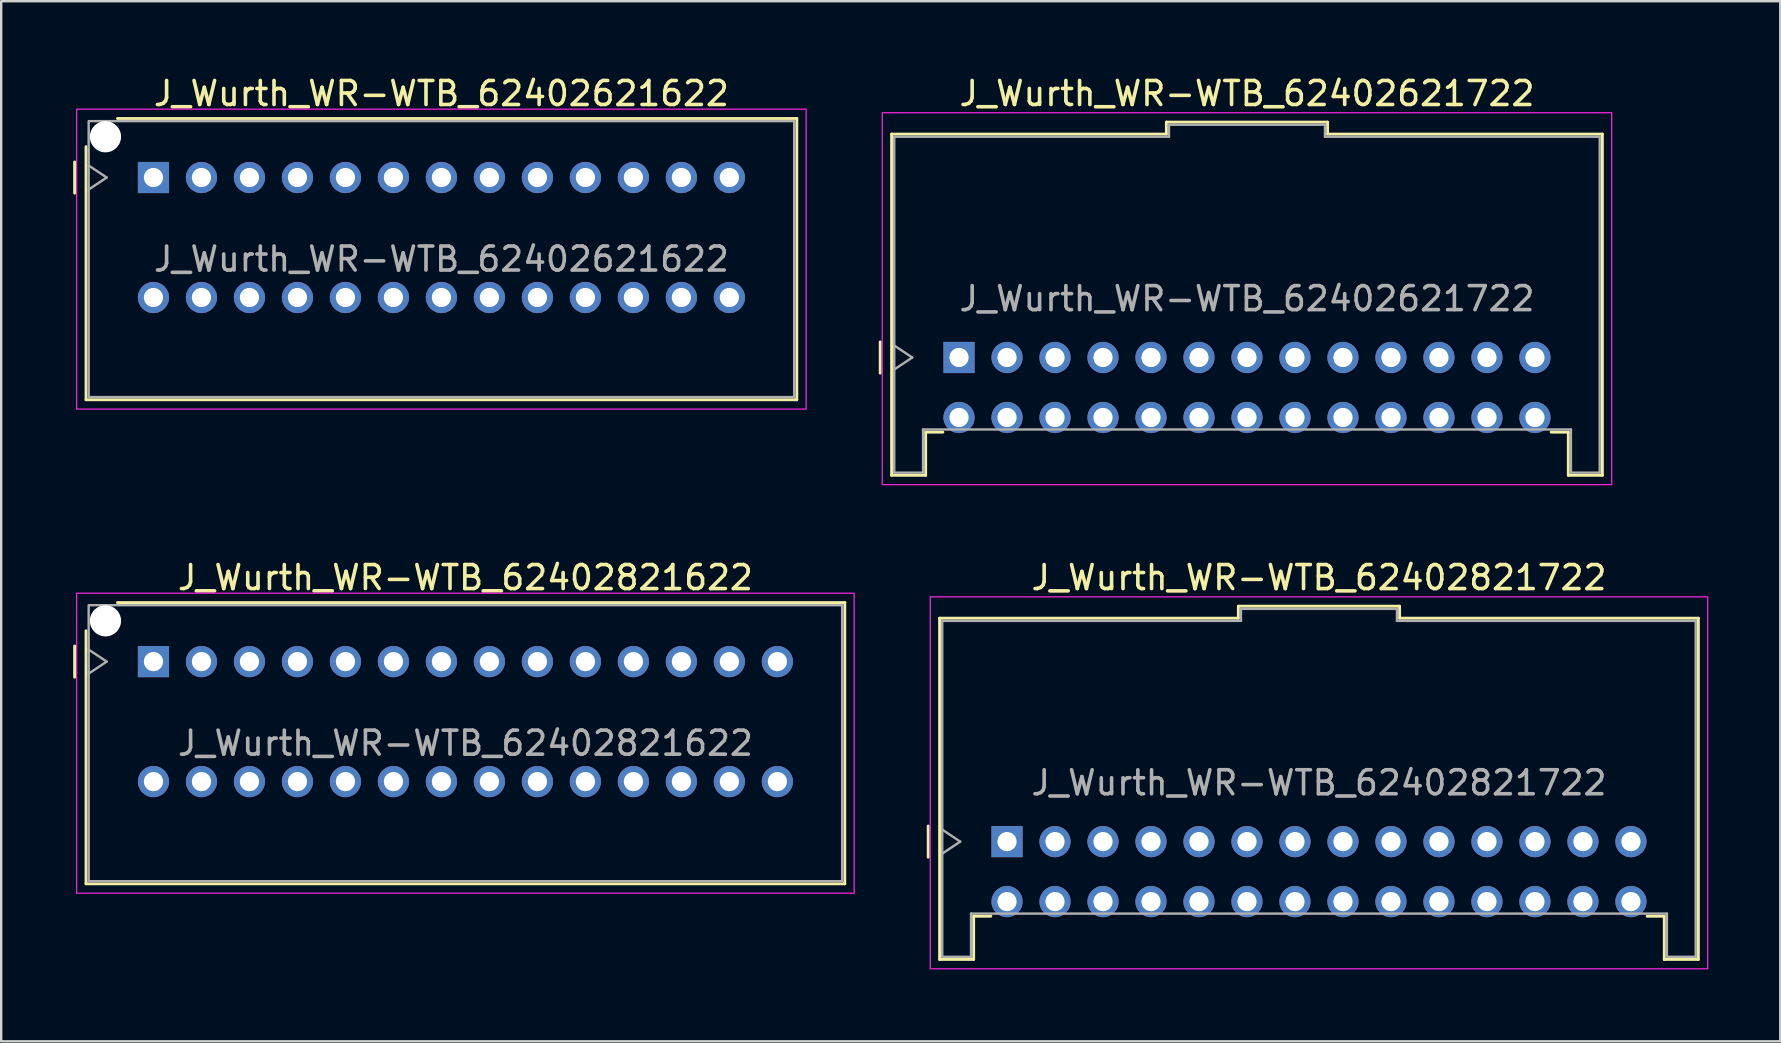
<source format=kicad_pcb>
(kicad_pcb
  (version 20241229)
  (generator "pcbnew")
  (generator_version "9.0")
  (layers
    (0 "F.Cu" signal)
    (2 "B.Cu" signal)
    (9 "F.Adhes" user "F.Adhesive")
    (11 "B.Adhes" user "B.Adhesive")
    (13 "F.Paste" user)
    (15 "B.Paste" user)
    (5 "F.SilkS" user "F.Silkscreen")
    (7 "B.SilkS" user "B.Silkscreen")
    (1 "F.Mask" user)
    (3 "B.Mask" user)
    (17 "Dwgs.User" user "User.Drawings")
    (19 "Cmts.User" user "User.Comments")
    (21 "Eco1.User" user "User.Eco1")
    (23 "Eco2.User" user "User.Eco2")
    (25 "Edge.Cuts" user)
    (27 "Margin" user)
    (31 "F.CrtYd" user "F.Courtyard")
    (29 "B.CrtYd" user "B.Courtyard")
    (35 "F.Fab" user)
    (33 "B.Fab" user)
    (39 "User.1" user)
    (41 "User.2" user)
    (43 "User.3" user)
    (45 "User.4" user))
  (footprint "J_Wurth_WR-WTB_62402821722"
    (layer "F.Cu")
    (at 38.915 32.022)
    (property "Reference" "J_Wurth_WR-WTB_62402821722" (at 13 -11 0) (unlocked yes) (layer "F.SilkS") (effects (font (size 1 1) (thickness 0.15))))
    (attr through_hole)
    (fp_line (start -3.285 -0.65) (end -3.285 0.65) (stroke (width 0.12) (type solid)) (layer "F.SilkS"))
    (fp_line (start -2.81 -9.31) (end 9.64 -9.31) (stroke (width 0.12) (type solid)) (layer "F.SilkS"))
    (fp_line (start -2.81 4.91) (end -2.81 -9.31) (stroke (width 0.12) (type default)) (layer "F.SilkS"))
    (fp_line (start -2.81 4.91) (end -1.39 4.91) (stroke (width 0.12) (type solid)) (layer "F.SilkS"))
    (fp_line (start -1.39 4.91) (end -1.39 3.11) (stroke (width 0.12) (type solid)) (layer "F.SilkS"))
    (fp_line (start -0.675 3.11) (end -1.39 3.11) (stroke (width 0.12) (type default)) (layer "F.SilkS"))
    (fp_line (start 9.64 -9.31) (end 9.64 -9.81) (stroke (width 0.12) (type solid)) (layer "F.SilkS"))
    (fp_line (start 16.36 -9.81) (end 9.64 -9.81) (stroke (width 0.12) (type default)) (layer "F.SilkS"))
    (fp_line (start 16.36 -9.31) (end 16.36 -9.81) (stroke (width 0.12) (type solid)) (layer "F.SilkS"))
    (fp_line (start 27.39 3.11) (end 26.675 3.11) (stroke (width 0.12) (type default)) (layer "F.SilkS"))
    (fp_line (start 27.39 4.91) (end 27.39 3.11) (stroke (width 0.12) (type solid)) (layer "F.SilkS"))
    (fp_line (start 28.81 -9.31) (end 16.36 -9.31) (stroke (width 0.12) (type solid)) (layer "F.SilkS"))
    (fp_line (start 28.81 -9.31) (end 28.81 4.91) (stroke (width 0.12) (type default)) (layer "F.SilkS"))
    (fp_line (start 28.81 4.91) (end 27.39 4.91) (stroke (width 0.12) (type solid)) (layer "F.SilkS"))
    (fp_rect (start -3.2 -10.2) (end 29.2 5.3) (stroke (width 0.05) (type solid)) (fill no) (layer "F.CrtYd"))
    (fp_line (start -2.7 -9.2) (end 9.75 -9.2) (stroke (width 0.1) (type solid)) (layer "F.Fab"))
    (fp_line (start -2.7 4.8) (end -2.7 -9.2) (stroke (width 0.1) (type default)) (layer "F.Fab"))
    (fp_line (start -2.7 4.8) (end -1.5 4.8) (stroke (width 0.1) (type solid)) (layer "F.Fab"))
    (fp_line (start -1.95 0) (end -2.7 -0.5) (stroke (width 0.1) (type solid)) (layer "F.Fab"))
    (fp_line (start -1.95 0) (end -2.7 0.5) (stroke (width 0.1) (type solid)) (layer "F.Fab"))
    (fp_line (start -1.5 4.8) (end -1.5 3) (stroke (width 0.1) (type solid)) (layer "F.Fab"))
    (fp_line (start 9.75 -9.2) (end 9.75 -9.7) (stroke (width 0.1) (type solid)) (layer "F.Fab"))
    (fp_line (start 16.25 -9.7) (end 9.75 -9.7) (stroke (width 0.1) (type default)) (layer "F.Fab"))
    (fp_line (start 16.25 -9.2) (end 16.25 -9.7) (stroke (width 0.1) (type solid)) (layer "F.Fab"))
    (fp_line (start 27.5 3) (end -1.5 3) (stroke (width 0.1) (type default)) (layer "F.Fab"))
    (fp_line (start 27.5 4.8) (end 27.5 3) (stroke (width 0.1) (type solid)) (layer "F.Fab"))
    (fp_line (start 28.7 -9.2) (end 16.25 -9.2) (stroke (width 0.1) (type solid)) (layer "F.Fab"))
    (fp_line (start 28.7 -9.2) (end 28.7 4.8) (stroke (width 0.1) (type default)) (layer "F.Fab"))
    (fp_line (start 28.7 4.8) (end 27.5 4.8) (stroke (width 0.1) (type solid)) (layer "F.Fab"))
    (fp_text user "${REFERENCE}" (at 13 -2.45 0) (unlocked yes) (layer "F.Fab") (effects (font (size 1 1) (thickness 0.15))))
    (pad "1" thru_hole rect (at 0 0 180) (size 1.3 1.3) (drill 0.8) (layers "*.Cu" "*.Mask"))
    (pad "2" thru_hole circle (at 0 2.5 180) (size 1.3 1.3) (drill 0.8) (layers "*.Cu" "*.Mask"))
    (pad "3" thru_hole circle (at 2 0 180) (size 1.3 1.3) (drill 0.8) (layers "*.Cu" "*.Mask"))
    (pad "4" thru_hole circle (at 2 2.5 180) (size 1.3 1.3) (drill 0.8) (layers "*.Cu" "*.Mask"))
    (pad "5" thru_hole circle (at 4 0 180) (size 1.3 1.3) (drill 0.8) (layers "*.Cu" "*.Mask"))
    (pad "6" thru_hole circle (at 4 2.5 180) (size 1.3 1.3) (drill 0.8) (layers "*.Cu" "*.Mask"))
    (pad "7" thru_hole circle (at 6 2.5 180) (size 1.3 1.3) (drill 0.8) (layers "*.Cu" "*.Mask"))
    (pad "8" thru_hole circle (at 6 0 180) (size 1.3 1.3) (drill 0.8) (layers "*.Cu" "*.Mask"))
    (pad "9" thru_hole circle (at 8 2.5 180) (size 1.3 1.3) (drill 0.8) (layers "*.Cu" "*.Mask"))
    (pad "10" thru_hole circle (at 8 0 180) (size 1.3 1.3) (drill 0.8) (layers "*.Cu" "*.Mask"))
    (pad "11" thru_hole circle (at 10 2.5 180) (size 1.3 1.3) (drill 0.8) (layers "*.Cu" "*.Mask"))
    (pad "12" thru_hole circle (at 10 0 180) (size 1.3 1.3) (drill 0.8) (layers "*.Cu" "*.Mask"))
    (pad "13" thru_hole circle (at 12 2.5 180) (size 1.3 1.3) (drill 0.8) (layers "*.Cu" "*.Mask"))
    (pad "14" thru_hole circle (at 12 0 180) (size 1.3 1.3) (drill 0.8) (layers "*.Cu" "*.Mask"))
    (pad "15" thru_hole circle (at 14 2.5 180) (size 1.3 1.3) (drill 0.8) (layers "*.Cu" "*.Mask"))
    (pad "16" thru_hole circle (at 14 0 180) (size 1.3 1.3) (drill 0.8) (layers "*.Cu" "*.Mask"))
    (pad "17" thru_hole circle (at 16 2.5 180) (size 1.3 1.3) (drill 0.8) (layers "*.Cu" "*.Mask"))
    (pad "18" thru_hole circle (at 16 0 180) (size 1.3 1.3) (drill 0.8) (layers "*.Cu" "*.Mask"))
    (pad "19" thru_hole circle (at 18 2.5 180) (size 1.3 1.3) (drill 0.8) (layers "*.Cu" "*.Mask"))
    (pad "20" thru_hole circle (at 18 0 180) (size 1.3 1.3) (drill 0.8) (layers "*.Cu" "*.Mask"))
    (pad "21" thru_hole circle (at 20 2.5 180) (size 1.3 1.3) (drill 0.8) (layers "*.Cu" "*.Mask"))
    (pad "22" thru_hole circle (at 20 0 180) (size 1.3 1.3) (drill 0.8) (layers "*.Cu" "*.Mask"))
    (pad "23" thru_hole circle (at 22 2.5 180) (size 1.3 1.3) (drill 0.8) (layers "*.Cu" "*.Mask"))
    (pad "24" thru_hole circle (at 22 0 180) (size 1.3 1.3) (drill 0.8) (layers "*.Cu" "*.Mask"))
    (pad "25" thru_hole circle (at 24 2.5 180) (size 1.3 1.3) (drill 0.8) (layers "*.Cu" "*.Mask"))
    (pad "26" thru_hole circle (at 24 0 180) (size 1.3 1.3) (drill 0.8) (layers "*.Cu" "*.Mask"))
    (pad "27" thru_hole circle (at 26 2.5 180) (size 1.3 1.3) (drill 0.8) (layers "*.Cu" "*.Mask"))
    (pad "28" thru_hole circle (at 26 0 180) (size 1.3 1.3) (drill 0.8) (layers "*.Cu" "*.Mask")))
  (footprint "J_Wurth_WR-WTB_62402621722"
    (layer "F.Cu")
    (at 36.915 11.848)
    (property "Reference" "J_Wurth_WR-WTB_62402621722" (at 12 -11 0) (unlocked yes) (layer "F.SilkS") (effects (font (size 1 1) (thickness 0.15))))
    (attr through_hole)
    (fp_line (start -3.285 -0.65) (end -3.285 0.65) (stroke (width 0.12) (type solid)) (layer "F.SilkS"))
    (fp_line (start -2.81 -9.31) (end 8.64 -9.31) (stroke (width 0.12) (type solid)) (layer "F.SilkS"))
    (fp_line (start -2.81 4.91) (end -2.81 -9.31) (stroke (width 0.12) (type default)) (layer "F.SilkS"))
    (fp_line (start -2.81 4.91) (end -1.39 4.91) (stroke (width 0.12) (type solid)) (layer "F.SilkS"))
    (fp_line (start -1.39 4.91) (end -1.39 3.11) (stroke (width 0.12) (type solid)) (layer "F.SilkS"))
    (fp_line (start -0.675 3.11) (end -1.39 3.11) (stroke (width 0.12) (type default)) (layer "F.SilkS"))
    (fp_line (start 8.64 -9.31) (end 8.64 -9.81) (stroke (width 0.12) (type solid)) (layer "F.SilkS"))
    (fp_line (start 15.36 -9.81) (end 8.64 -9.81) (stroke (width 0.12) (type default)) (layer "F.SilkS"))
    (fp_line (start 15.36 -9.31) (end 15.36 -9.81) (stroke (width 0.12) (type solid)) (layer "F.SilkS"))
    (fp_line (start 25.39 3.11) (end 24.675 3.11) (stroke (width 0.12) (type default)) (layer "F.SilkS"))
    (fp_line (start 25.39 4.91) (end 25.39 3.11) (stroke (width 0.12) (type solid)) (layer "F.SilkS"))
    (fp_line (start 26.81 -9.31) (end 15.36 -9.31) (stroke (width 0.12) (type solid)) (layer "F.SilkS"))
    (fp_line (start 26.81 -9.31) (end 26.81 4.91) (stroke (width 0.12) (type default)) (layer "F.SilkS"))
    (fp_line (start 26.81 4.91) (end 25.39 4.91) (stroke (width 0.12) (type solid)) (layer "F.SilkS"))
    (fp_rect (start -3.2 -10.2) (end 27.2 5.3) (stroke (width 0.05) (type solid)) (fill no) (layer "F.CrtYd"))
    (fp_line (start -2.7 -9.2) (end 8.75 -9.2) (stroke (width 0.1) (type solid)) (layer "F.Fab"))
    (fp_line (start -2.7 4.8) (end -2.7 -9.2) (stroke (width 0.1) (type default)) (layer "F.Fab"))
    (fp_line (start -2.7 4.8) (end -1.5 4.8) (stroke (width 0.1) (type solid)) (layer "F.Fab"))
    (fp_line (start -1.95 0) (end -2.7 -0.5) (stroke (width 0.1) (type solid)) (layer "F.Fab"))
    (fp_line (start -1.95 0) (end -2.7 0.5) (stroke (width 0.1) (type solid)) (layer "F.Fab"))
    (fp_line (start -1.5 4.8) (end -1.5 3) (stroke (width 0.1) (type solid)) (layer "F.Fab"))
    (fp_line (start 8.75 -9.2) (end 8.75 -9.7) (stroke (width 0.1) (type solid)) (layer "F.Fab"))
    (fp_line (start 15.25 -9.7) (end 8.75 -9.7) (stroke (width 0.1) (type default)) (layer "F.Fab"))
    (fp_line (start 15.25 -9.2) (end 15.25 -9.7) (stroke (width 0.1) (type solid)) (layer "F.Fab"))
    (fp_line (start 25.5 3) (end -1.5 3) (stroke (width 0.1) (type default)) (layer "F.Fab"))
    (fp_line (start 25.5 4.8) (end 25.5 3) (stroke (width 0.1) (type solid)) (layer "F.Fab"))
    (fp_line (start 26.7 -9.2) (end 15.25 -9.2) (stroke (width 0.1) (type solid)) (layer "F.Fab"))
    (fp_line (start 26.7 -9.2) (end 26.7 4.8) (stroke (width 0.1) (type default)) (layer "F.Fab"))
    (fp_line (start 26.7 4.8) (end 25.5 4.8) (stroke (width 0.1) (type solid)) (layer "F.Fab"))
    (fp_text user "${REFERENCE}" (at 12 -2.45 0) (unlocked yes) (layer "F.Fab") (effects (font (size 1 1) (thickness 0.15))))
    (pad "1" thru_hole rect (at 0 0 180) (size 1.3 1.3) (drill 0.8) (layers "*.Cu" "*.Mask"))
    (pad "2" thru_hole circle (at 0 2.5 180) (size 1.3 1.3) (drill 0.8) (layers "*.Cu" "*.Mask"))
    (pad "3" thru_hole circle (at 2 0 180) (size 1.3 1.3) (drill 0.8) (layers "*.Cu" "*.Mask"))
    (pad "4" thru_hole circle (at 2 2.5 180) (size 1.3 1.3) (drill 0.8) (layers "*.Cu" "*.Mask"))
    (pad "5" thru_hole circle (at 4 0 180) (size 1.3 1.3) (drill 0.8) (layers "*.Cu" "*.Mask"))
    (pad "6" thru_hole circle (at 4 2.5 180) (size 1.3 1.3) (drill 0.8) (layers "*.Cu" "*.Mask"))
    (pad "7" thru_hole circle (at 6 2.5 180) (size 1.3 1.3) (drill 0.8) (layers "*.Cu" "*.Mask"))
    (pad "8" thru_hole circle (at 6 0 180) (size 1.3 1.3) (drill 0.8) (layers "*.Cu" "*.Mask"))
    (pad "9" thru_hole circle (at 8 2.5 180) (size 1.3 1.3) (drill 0.8) (layers "*.Cu" "*.Mask"))
    (pad "10" thru_hole circle (at 8 0 180) (size 1.3 1.3) (drill 0.8) (layers "*.Cu" "*.Mask"))
    (pad "11" thru_hole circle (at 10 2.5 180) (size 1.3 1.3) (drill 0.8) (layers "*.Cu" "*.Mask"))
    (pad "12" thru_hole circle (at 10 0 180) (size 1.3 1.3) (drill 0.8) (layers "*.Cu" "*.Mask"))
    (pad "13" thru_hole circle (at 12 2.5 180) (size 1.3 1.3) (drill 0.8) (layers "*.Cu" "*.Mask"))
    (pad "14" thru_hole circle (at 12 0 180) (size 1.3 1.3) (drill 0.8) (layers "*.Cu" "*.Mask"))
    (pad "15" thru_hole circle (at 14 2.5 180) (size 1.3 1.3) (drill 0.8) (layers "*.Cu" "*.Mask"))
    (pad "16" thru_hole circle (at 14 0 180) (size 1.3 1.3) (drill 0.8) (layers "*.Cu" "*.Mask"))
    (pad "17" thru_hole circle (at 16 2.5 180) (size 1.3 1.3) (drill 0.8) (layers "*.Cu" "*.Mask"))
    (pad "18" thru_hole circle (at 16 0 180) (size 1.3 1.3) (drill 0.8) (layers "*.Cu" "*.Mask"))
    (pad "19" thru_hole circle (at 18 2.5 180) (size 1.3 1.3) (drill 0.8) (layers "*.Cu" "*.Mask"))
    (pad "20" thru_hole circle (at 18 0 180) (size 1.3 1.3) (drill 0.8) (layers "*.Cu" "*.Mask"))
    (pad "21" thru_hole circle (at 20 2.5 180) (size 1.3 1.3) (drill 0.8) (layers "*.Cu" "*.Mask"))
    (pad "22" thru_hole circle (at 20 0 180) (size 1.3 1.3) (drill 0.8) (layers "*.Cu" "*.Mask"))
    (pad "23" thru_hole circle (at 22 2.5 180) (size 1.3 1.3) (drill 0.8) (layers "*.Cu" "*.Mask"))
    (pad "24" thru_hole circle (at 22 0 180) (size 1.3 1.3) (drill 0.8) (layers "*.Cu" "*.Mask"))
    (pad "25" thru_hole circle (at 24 2.5 180) (size 1.3 1.3) (drill 0.8) (layers "*.Cu" "*.Mask"))
    (pad "26" thru_hole circle (at 24 0 180) (size 1.3 1.3) (drill 0.8) (layers "*.Cu" "*.Mask")))
  (footprint "J_Wurth_WR-WTB_62402821622"
    (layer "F.Cu")
    (at 3.345 24.521)
    (property "Reference" "J_Wurth_WR-WTB_62402821622" (at 13 -3.5 0) (unlocked yes) (layer "F.SilkS") (effects (font (size 1 1) (thickness 0.15))))
    (attr through_hole)
    (fp_line (start -3.285 -0.65) (end -3.285 0.65) (stroke (width 0.12) (type solid)) (layer "F.SilkS"))
    (fp_line (start -2.81 9.26) (end -2.81 -1.285) (stroke (width 0.12) (type default)) (layer "F.SilkS"))
    (fp_line (start -1.5 -2.46) (end 28.81 -2.46) (stroke (width 0.12) (type default)) (layer "F.SilkS"))
    (fp_line (start 28.81 -2.46) (end 28.81 9.26) (stroke (width 0.12) (type solid)) (layer "F.SilkS"))
    (fp_line (start 28.81 9.26) (end -2.81 9.26) (stroke (width 0.12) (type default)) (layer "F.SilkS"))
    (fp_rect (start -3.2 -2.85) (end 29.2 9.65) (stroke (width 0.05) (type solid)) (fill no) (layer "F.CrtYd"))
    (fp_line (start -1.95 0) (end -2.7 -0.5) (stroke (width 0.1) (type solid)) (layer "F.Fab"))
    (fp_line (start -1.95 0) (end -2.7 0.5) (stroke (width 0.1) (type solid)) (layer "F.Fab"))
    (fp_rect (start -2.7 -2.35) (end 28.7 9.15) (stroke (width 0.1) (type solid)) (fill no) (layer "F.Fab"))
    (fp_text user "${REFERENCE}" (at 13 3.4 0) (unlocked yes) (layer "F.Fab") (effects (font (size 1 1) (thickness 0.15))))
    (pad "" np_thru_hole circle (at -2 -1.7) (size 1.3 1.3) (drill 1.3) (layers "*.Cu" "*.Mask"))
    (pad "1" thru_hole rect (at 0 0) (size 1.3 1.3) (drill 0.8) (layers "*.Cu" "*.Mask"))
    (pad "2" thru_hole circle (at 0 5) (size 1.3 1.3) (drill 0.8) (layers "*.Cu" "*.Mask"))
    (pad "3" thru_hole circle (at 2 0) (size 1.3 1.3) (drill 0.8) (layers "*.Cu" "*.Mask"))
    (pad "4" thru_hole circle (at 2 5) (size 1.3 1.3) (drill 0.8) (layers "*.Cu" "*.Mask"))
    (pad "5" thru_hole circle (at 4 0) (size 1.3 1.3) (drill 0.8) (layers "*.Cu" "*.Mask"))
    (pad "6" thru_hole circle (at 4 5) (size 1.3 1.3) (drill 0.8) (layers "*.Cu" "*.Mask"))
    (pad "7" thru_hole circle (at 6 0) (size 1.3 1.3) (drill 0.8) (layers "*.Cu" "*.Mask"))
    (pad "8" thru_hole circle (at 6 5) (size 1.3 1.3) (drill 0.8) (layers "*.Cu" "*.Mask"))
    (pad "9" thru_hole circle (at 8 0) (size 1.3 1.3) (drill 0.8) (layers "*.Cu" "*.Mask"))
    (pad "10" thru_hole circle (at 8 5) (size 1.3 1.3) (drill 0.8) (layers "*.Cu" "*.Mask"))
    (pad "11" thru_hole circle (at 10 0) (size 1.3 1.3) (drill 0.8) (layers "*.Cu" "*.Mask"))
    (pad "12" thru_hole circle (at 10 5) (size 1.3 1.3) (drill 0.8) (layers "*.Cu" "*.Mask"))
    (pad "13" thru_hole circle (at 12 0) (size 1.3 1.3) (drill 0.8) (layers "*.Cu" "*.Mask"))
    (pad "14" thru_hole circle (at 12 5) (size 1.3 1.3) (drill 0.8) (layers "*.Cu" "*.Mask"))
    (pad "15" thru_hole circle (at 14 0) (size 1.3 1.3) (drill 0.8) (layers "*.Cu" "*.Mask"))
    (pad "16" thru_hole circle (at 14 5) (size 1.3 1.3) (drill 0.8) (layers "*.Cu" "*.Mask"))
    (pad "17" thru_hole circle (at 16 0) (size 1.3 1.3) (drill 0.8) (layers "*.Cu" "*.Mask"))
    (pad "18" thru_hole circle (at 16 5) (size 1.3 1.3) (drill 0.8) (layers "*.Cu" "*.Mask"))
    (pad "19" thru_hole circle (at 18 0) (size 1.3 1.3) (drill 0.8) (layers "*.Cu" "*.Mask"))
    (pad "20" thru_hole circle (at 18 5) (size 1.3 1.3) (drill 0.8) (layers "*.Cu" "*.Mask"))
    (pad "21" thru_hole circle (at 20 0) (size 1.3 1.3) (drill 0.8) (layers "*.Cu" "*.Mask"))
    (pad "22" thru_hole circle (at 20 5) (size 1.3 1.3) (drill 0.8) (layers "*.Cu" "*.Mask"))
    (pad "23" thru_hole circle (at 22 0) (size 1.3 1.3) (drill 0.8) (layers "*.Cu" "*.Mask"))
    (pad "24" thru_hole circle (at 22 5) (size 1.3 1.3) (drill 0.8) (layers "*.Cu" "*.Mask"))
    (pad "25" thru_hole circle (at 24 0) (size 1.3 1.3) (drill 0.8) (layers "*.Cu" "*.Mask"))
    (pad "26" thru_hole circle (at 24 5) (size 1.3 1.3) (drill 0.8) (layers "*.Cu" "*.Mask"))
    (pad "27" thru_hole circle (at 26 0) (size 1.3 1.3) (drill 0.8) (layers "*.Cu" "*.Mask"))
    (pad "28" thru_hole circle (at 26 5) (size 1.3 1.3) (drill 0.8) (layers "*.Cu" "*.Mask")))
  (footprint "J_Wurth_WR-WTB_62402621622"
    (layer "F.Cu")
    (at 3.345 4.348)
    (property "Reference" "J_Wurth_WR-WTB_62402621622" (at 12 -3.5 0) (unlocked yes) (layer "F.SilkS") (effects (font (size 1 1) (thickness 0.15))))
    (attr through_hole)
    (fp_line (start -3.285 -0.65) (end -3.285 0.65) (stroke (width 0.12) (type solid)) (layer "F.SilkS"))
    (fp_line (start -2.81 9.26) (end -2.81 -1.285) (stroke (width 0.12) (type default)) (layer "F.SilkS"))
    (fp_line (start -1.5 -2.46) (end 26.81 -2.46) (stroke (width 0.12) (type default)) (layer "F.SilkS"))
    (fp_line (start 26.81 -2.46) (end 26.81 9.26) (stroke (width 0.12) (type solid)) (layer "F.SilkS"))
    (fp_line (start 26.81 9.26) (end -2.81 9.26) (stroke (width 0.12) (type default)) (layer "F.SilkS"))
    (fp_rect (start -3.2 -2.85) (end 27.2 9.65) (stroke (width 0.05) (type solid)) (fill no) (layer "F.CrtYd"))
    (fp_line (start -1.95 0) (end -2.7 -0.5) (stroke (width 0.1) (type solid)) (layer "F.Fab"))
    (fp_line (start -1.95 0) (end -2.7 0.5) (stroke (width 0.1) (type solid)) (layer "F.Fab"))
    (fp_rect (start -2.7 -2.35) (end 26.7 9.15) (stroke (width 0.1) (type solid)) (fill no) (layer "F.Fab"))
    (fp_text user "${REFERENCE}" (at 12 3.4 0) (unlocked yes) (layer "F.Fab") (effects (font (size 1 1) (thickness 0.15))))
    (pad "" np_thru_hole circle (at -2 -1.7) (size 1.3 1.3) (drill 1.3) (layers "*.Cu" "*.Mask"))
    (pad "1" thru_hole rect (at 0 0) (size 1.3 1.3) (drill 0.8) (layers "*.Cu" "*.Mask"))
    (pad "2" thru_hole circle (at 0 5) (size 1.3 1.3) (drill 0.8) (layers "*.Cu" "*.Mask"))
    (pad "3" thru_hole circle (at 2 0) (size 1.3 1.3) (drill 0.8) (layers "*.Cu" "*.Mask"))
    (pad "4" thru_hole circle (at 2 5) (size 1.3 1.3) (drill 0.8) (layers "*.Cu" "*.Mask"))
    (pad "5" thru_hole circle (at 4 0) (size 1.3 1.3) (drill 0.8) (layers "*.Cu" "*.Mask"))
    (pad "6" thru_hole circle (at 4 5) (size 1.3 1.3) (drill 0.8) (layers "*.Cu" "*.Mask"))
    (pad "7" thru_hole circle (at 6 0) (size 1.3 1.3) (drill 0.8) (layers "*.Cu" "*.Mask"))
    (pad "8" thru_hole circle (at 6 5) (size 1.3 1.3) (drill 0.8) (layers "*.Cu" "*.Mask"))
    (pad "9" thru_hole circle (at 8 0) (size 1.3 1.3) (drill 0.8) (layers "*.Cu" "*.Mask"))
    (pad "10" thru_hole circle (at 8 5) (size 1.3 1.3) (drill 0.8) (layers "*.Cu" "*.Mask"))
    (pad "11" thru_hole circle (at 10 0) (size 1.3 1.3) (drill 0.8) (layers "*.Cu" "*.Mask"))
    (pad "12" thru_hole circle (at 10 5) (size 1.3 1.3) (drill 0.8) (layers "*.Cu" "*.Mask"))
    (pad "13" thru_hole circle (at 12 0) (size 1.3 1.3) (drill 0.8) (layers "*.Cu" "*.Mask"))
    (pad "14" thru_hole circle (at 12 5) (size 1.3 1.3) (drill 0.8) (layers "*.Cu" "*.Mask"))
    (pad "15" thru_hole circle (at 14 0) (size 1.3 1.3) (drill 0.8) (layers "*.Cu" "*.Mask"))
    (pad "16" thru_hole circle (at 14 5) (size 1.3 1.3) (drill 0.8) (layers "*.Cu" "*.Mask"))
    (pad "17" thru_hole circle (at 16 0) (size 1.3 1.3) (drill 0.8) (layers "*.Cu" "*.Mask"))
    (pad "18" thru_hole circle (at 16 5) (size 1.3 1.3) (drill 0.8) (layers "*.Cu" "*.Mask"))
    (pad "19" thru_hole circle (at 18 0) (size 1.3 1.3) (drill 0.8) (layers "*.Cu" "*.Mask"))
    (pad "20" thru_hole circle (at 18 5) (size 1.3 1.3) (drill 0.8) (layers "*.Cu" "*.Mask"))
    (pad "21" thru_hole circle (at 20 0) (size 1.3 1.3) (drill 0.8) (layers "*.Cu" "*.Mask"))
    (pad "22" thru_hole circle (at 20 5) (size 1.3 1.3) (drill 0.8) (layers "*.Cu" "*.Mask"))
    (pad "23" thru_hole circle (at 22 0) (size 1.3 1.3) (drill 0.8) (layers "*.Cu" "*.Mask"))
    (pad "24" thru_hole circle (at 22 5) (size 1.3 1.3) (drill 0.8) (layers "*.Cu" "*.Mask"))
    (pad "25" thru_hole circle (at 24 0) (size 1.3 1.3) (drill 0.8) (layers "*.Cu" "*.Mask"))
    (pad "26" thru_hole circle (at 24 5) (size 1.3 1.3) (drill 0.8) (layers "*.Cu" "*.Mask")))
  (gr_rect
    (start -3 -3)
    (end 71.14 40.346)
    (stroke (width 0.1) (type default))
    (fill no)
    (layer "Edge.Cuts")))
</source>
